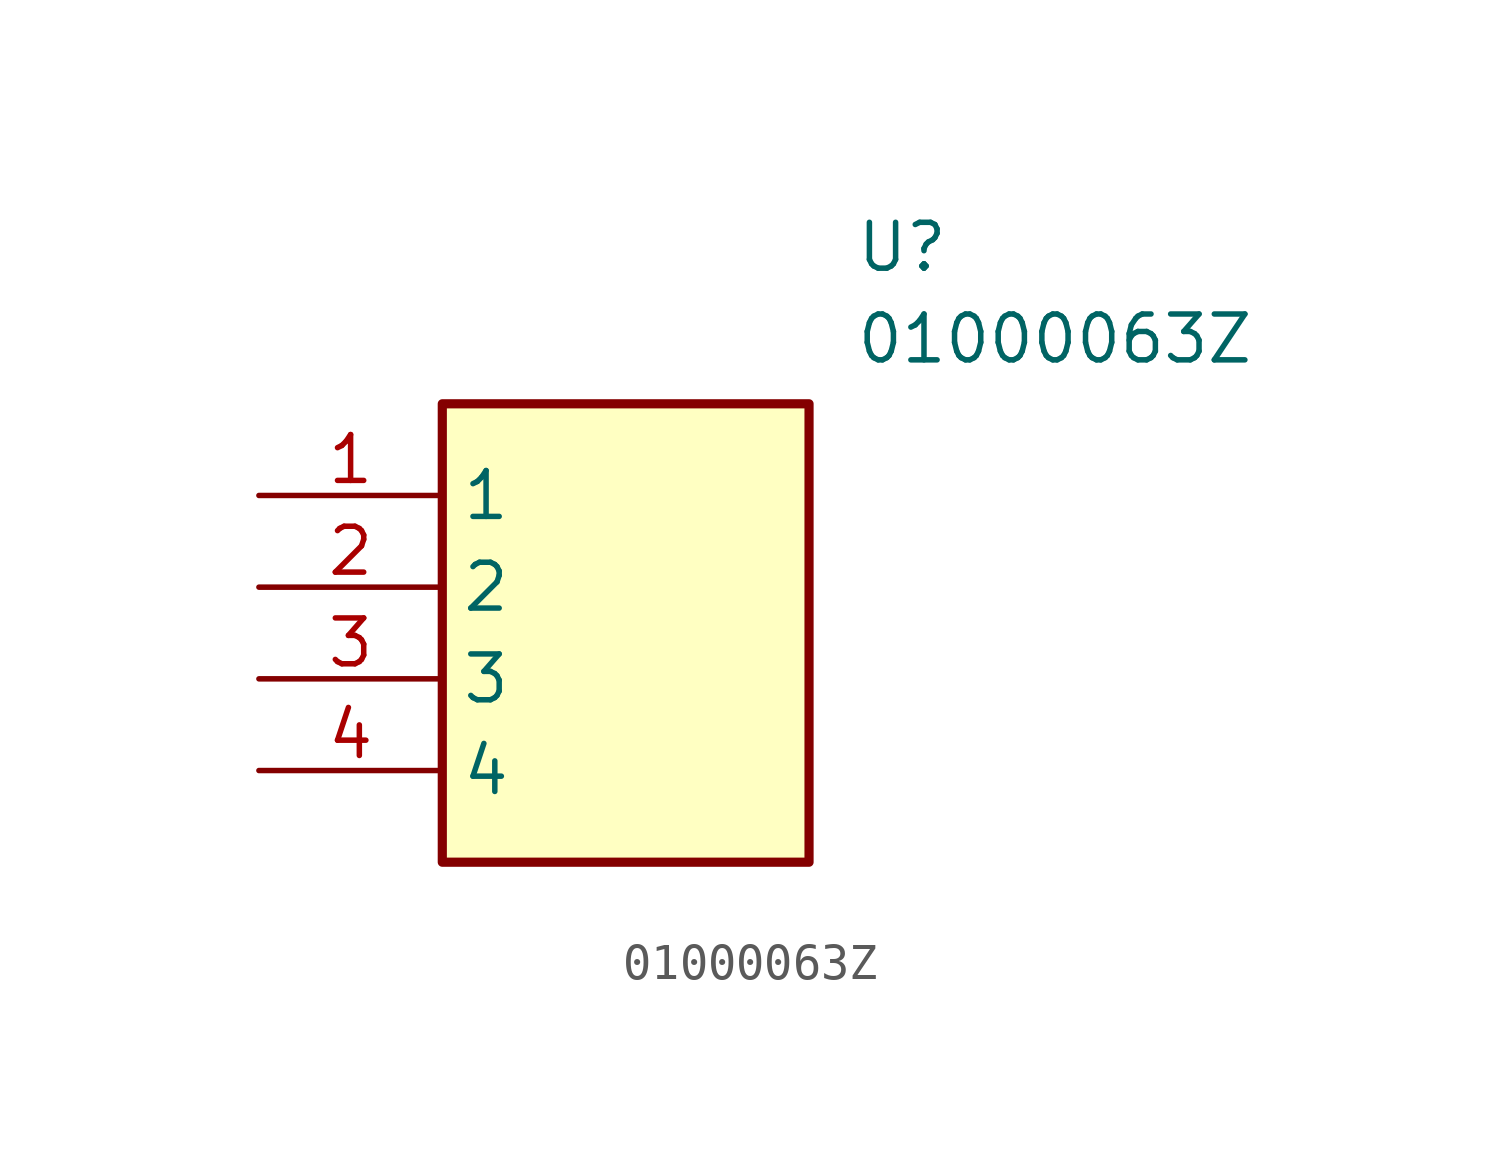
<source format=kicad_sym>
(kicad_symbol_lib
  (version 20211014)
  (generator SamacSys_ECAD_Model)
  (symbol "01000063Z"
    (property "Reference" "U"
      (at 16.51 7.62 0)
      (effects (font (size 1.27 1.27)) (justify left top)))
    (property "Value" "01000063Z"
      (at 16.51 5.08 0)
      (effects (font (size 1.27 1.27)) (justify left top)))
    (rectangle
      (start 5.08 2.54)
      (end 15.24 -10.16)
      (stroke (width 0.254) (type default))
      (fill (type background)))
    (pin passive line
      (at 0 0 0)
      (length 5.08)
      (name "1" (effects (font (size 1.27 1.27))))
      (number "1" (effects (font (size 1.27 1.27)))))
    (pin passive line
      (at 0 -2.54 0)
      (length 5.08)
      (name "2" (effects (font (size 1.27 1.27))))
      (number "2" (effects (font (size 1.27 1.27)))))
    (pin passive line
      (at 0 -5.08 0)
      (length 5.08)
      (name "3" (effects (font (size 1.27 1.27))))
      (number "3" (effects (font (size 1.27 1.27)))))
    (pin passive line
      (at 0 -7.62 0)
      (length 5.08)
      (name "4" (effects (font (size 1.27 1.27))))
      (number "4" (effects (font (size 1.27 1.27)))))))
</source>
